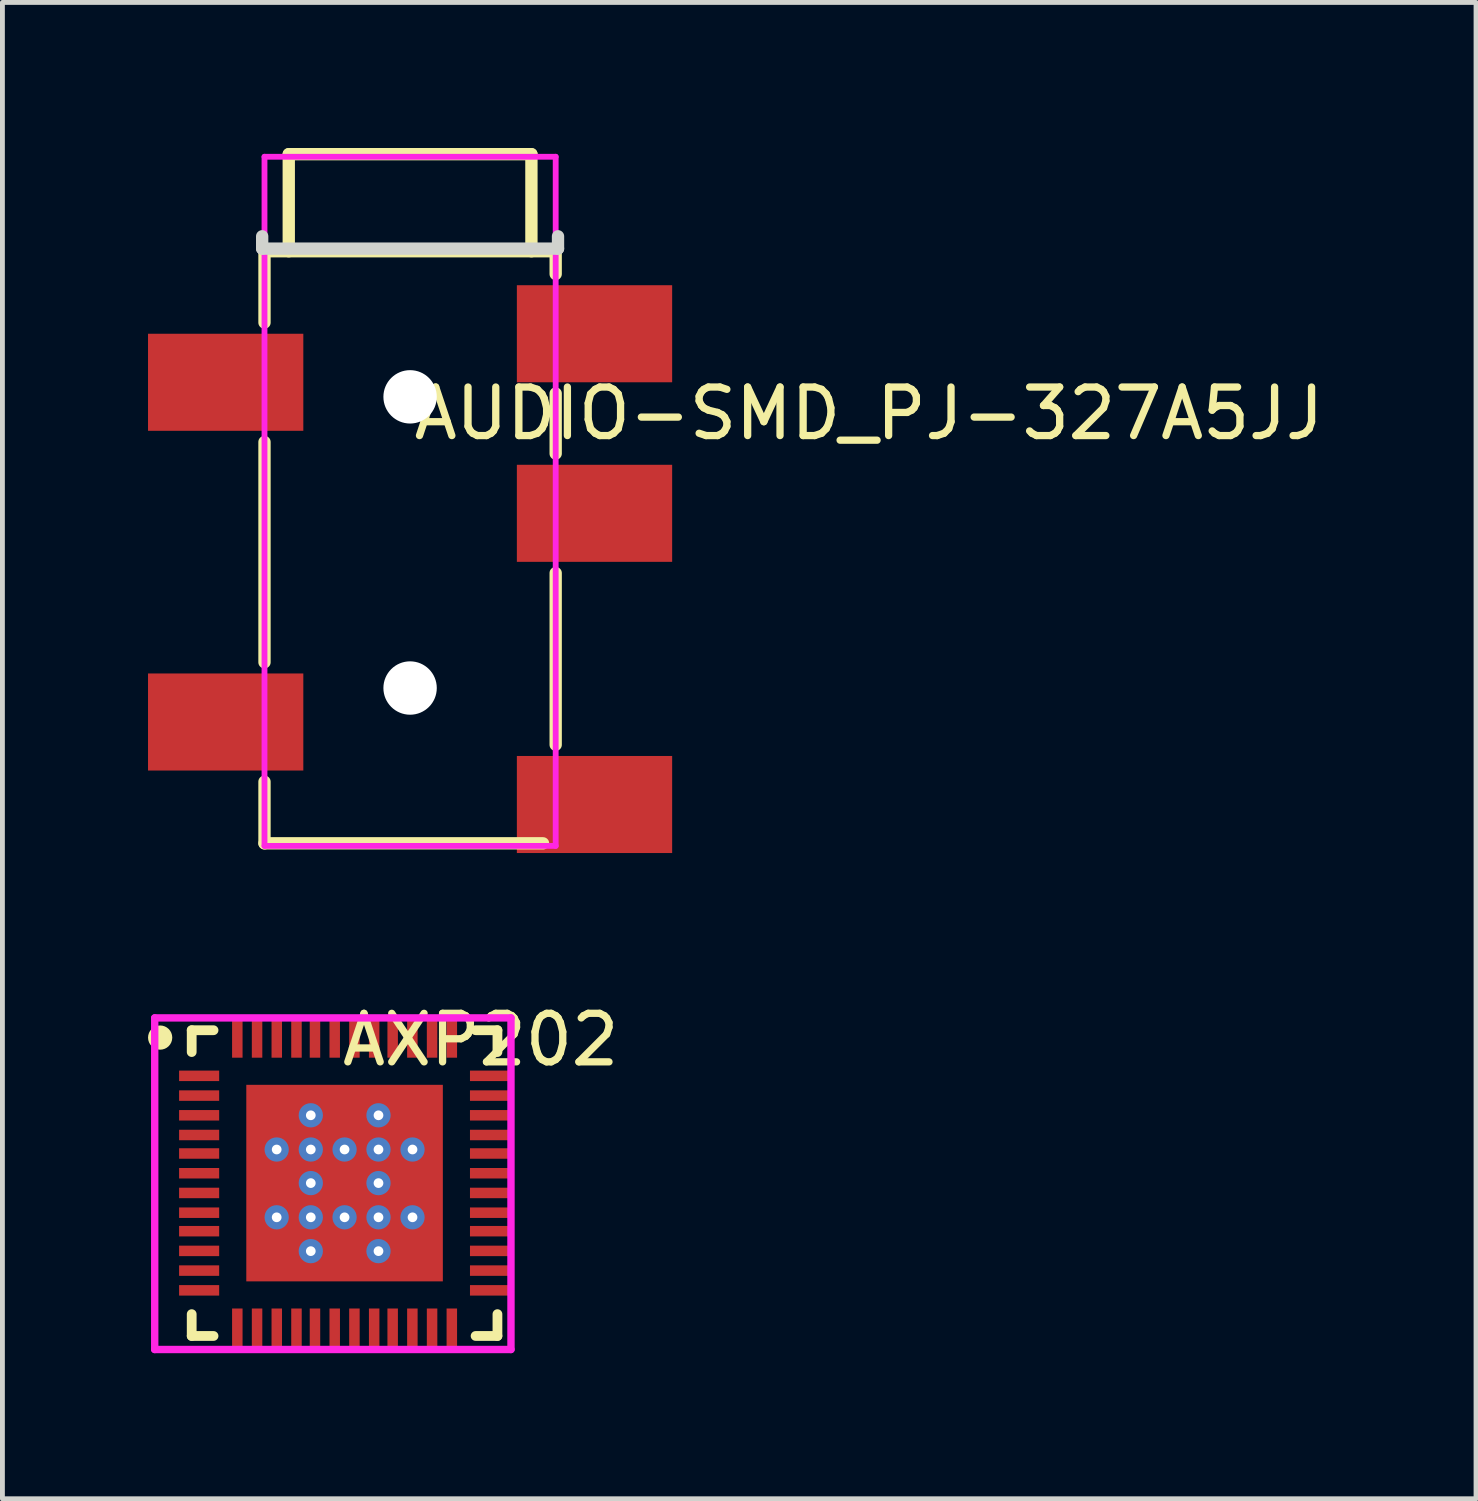
<source format=kicad_pcb>
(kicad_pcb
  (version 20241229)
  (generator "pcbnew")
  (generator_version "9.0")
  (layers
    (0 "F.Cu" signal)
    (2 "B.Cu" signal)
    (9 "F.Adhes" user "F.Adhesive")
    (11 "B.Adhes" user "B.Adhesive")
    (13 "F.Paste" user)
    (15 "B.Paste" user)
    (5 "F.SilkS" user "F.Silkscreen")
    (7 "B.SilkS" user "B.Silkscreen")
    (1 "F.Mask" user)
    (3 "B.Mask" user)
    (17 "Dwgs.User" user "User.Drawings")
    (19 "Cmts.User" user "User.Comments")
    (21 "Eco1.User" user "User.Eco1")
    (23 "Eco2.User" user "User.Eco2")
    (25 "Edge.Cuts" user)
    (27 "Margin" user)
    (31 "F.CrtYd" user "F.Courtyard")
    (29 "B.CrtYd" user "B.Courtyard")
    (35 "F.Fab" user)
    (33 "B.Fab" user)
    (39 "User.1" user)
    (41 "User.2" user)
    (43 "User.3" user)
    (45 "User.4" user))
  (footprint "AUDIO-SMD_PJ-327A5JJ"
    (layer "F.Cu")
    (at 5.4 8.677)
    (property "Reference" "AUDIO-SMD_PJ-327A5JJ" (at 0 -3.207 0) (layer "F.SilkS") (effects (font (size 1 1) (thickness 0.15)) (justify left)))
    (attr through_hole)
    (fp_line (start -3 -6.55) (end -3 -5.081) (stroke (width 0.254) (type solid)) (layer "F.SilkS"))
    (fp_line (start -3 -2.619) (end -3 1.919) (stroke (width 0.254) (type solid)) (layer "F.SilkS"))
    (fp_line (start -3 4.381) (end -3 5.65) (stroke (width 0.254) (type solid)) (layer "F.SilkS"))
    (fp_line (start -3 5.65) (end 2.739 5.65) (stroke (width 0.254) (type solid)) (layer "F.SilkS"))
    (fp_line (start -2.5 -6.55) (end -2.5 -8.55) (stroke (width 0.254) (type solid)) (layer "F.SilkS"))
    (fp_line (start 2.5 -8.55) (end -2.5 -8.55) (stroke (width 0.254) (type solid)) (layer "F.SilkS"))
    (fp_line (start 2.5 -6.55) (end 2.5 -8.55) (stroke (width 0.254) (type solid)) (layer "F.SilkS"))
    (fp_line (start 3 -6.55) (end -3 -6.55) (stroke (width 0.254) (type solid)) (layer "F.SilkS"))
    (fp_line (start 3 -6.55) (end 3 -6.081) (stroke (width 0.254) (type solid)) (layer "F.SilkS"))
    (fp_line (start 3 -3.619) (end 3 -2.381) (stroke (width 0.254) (type solid)) (layer "F.SilkS"))
    (fp_line (start 3 0.081) (end 3 3.619) (stroke (width 0.254) (type solid)) (layer "F.SilkS"))
    (fp_circle (center 0 -3.55) (end 0.225 -3.55) (stroke (width 0.45) (type solid)) (fill no) (layer "Eco2.User"))
    (fp_circle (center 0 2.45) (end 0.225 2.45) (stroke (width 0.45) (type solid)) (fill no) (layer "Eco2.User"))
    (fp_circle (center 4.5 -8.497) (end 4.53 -8.497) (stroke (width 0.06) (type solid)) (fill no) (layer "Eco2.User"))
    (fp_poly (pts (xy -4.5 -3.35) (xy -4.5 -4.35) (xy -2.2 -4.35) (xy -2.2 -3.35)) (stroke (width 0.12) (type solid)) (fill no) (layer "Eco2.User"))
    (fp_poly (pts (xy -4.5 3.65) (xy -4.5 2.65) (xy -2.2 2.65) (xy -2.2 3.65)) (stroke (width 0.12) (type solid)) (fill no) (layer "Eco2.User"))
    (fp_poly (pts (xy 2.2 -4.35) (xy 2.2 -5.35) (xy 4.5 -5.35) (xy 4.5 -4.35)) (stroke (width 0.12) (type solid)) (fill no) (layer "Eco2.User"))
    (fp_poly (pts (xy 2.2 -0.65) (xy 2.2 -1.65) (xy 4.5 -1.65) (xy 4.5 -0.65)) (stroke (width 0.12) (type solid)) (fill no) (layer "Eco2.User"))
    (fp_poly (pts (xy 2.2 5.35) (xy 2.2 4.35) (xy 4.5 4.35) (xy 4.5 5.35)) (stroke (width 0.12) (type solid)) (fill no) (layer "Eco2.User"))
    (fp_line (start -3.048 -6.858) (end -3.048 -6.604) (stroke (width 0.254) (type solid)) (layer "Edge.Cuts"))
    (fp_line (start -3.048 -6.604) (end 3.048 -6.604) (stroke (width 0.254) (type solid)) (layer "Edge.Cuts"))
    (fp_line (start 3.048 -6.604) (end 3.048 -6.858) (stroke (width 0.254) (type solid)) (layer "Edge.Cuts"))
    (fp_line (start -3 -8.497) (end 3 -8.497) (stroke (width 0.12) (type solid)) (layer "F.CrtYd"))
    (fp_line (start -3 5.703) (end -3 -8.497) (stroke (width 0.12) (type solid)) (layer "F.CrtYd"))
    (fp_line (start 3 -8.497) (end 3 5.703) (stroke (width 0.12) (type solid)) (layer "F.CrtYd"))
    (fp_line (start 3 5.703) (end -3 5.703) (stroke (width 0.12) (type solid)) (layer "F.CrtYd"))
    (pad "" np_thru_hole circle (at 0 -3.55) (size 1.1 1.1) (drill 1.1) (layers "*.Cu" "*.Mask"))
    (pad "" np_thru_hole circle (at 0 2.45) (size 1.1 1.1) (drill 1.1) (layers "*.Cu" "*.Mask"))
    (pad "1" smd rect (at 3.8 -4.85 270) (size 2 3.2) (layers "F.Cu" "F.Mask" "F.Paste"))
    (pad "2" smd rect (at -3.8 -3.85 270) (size 2 3.2) (layers "F.Cu" "F.Mask" "F.Paste"))
    (pad "3" smd rect (at 3.8 -1.15 270) (size 2 3.2) (layers "F.Cu" "F.Mask" "F.Paste"))
    (pad "4" smd rect (at -3.8 3.15 270) (size 2 3.2) (layers "F.Cu" "F.Mask" "F.Paste"))
    (pad "5" smd rect (at 3.8 4.85 270) (size 2 3.2) (layers "F.Cu" "F.Mask" "F.Paste")))
  (footprint "AXP202"
    (layer "F.Cu")
    (at 3.923 21.582)
    (property "Reference" "AXP202" (at 0 -3.207 0) (layer "F.SilkS") (effects (font (size 1 1) (thickness 0.15)) (justify left)))
    (attr through_hole)
    (fp_line (start -3.023 -3.404) (end -2.573 -3.404) (stroke (width 0.201) (type solid)) (layer "F.SilkS"))
    (fp_line (start -3.023 -2.954) (end -3.023 -3.404) (stroke (width 0.201) (type solid)) (layer "F.SilkS"))
    (fp_line (start -3.023 2.896) (end -3.023 2.446) (stroke (width 0.201) (type solid)) (layer "F.SilkS"))
    (fp_line (start -2.573 2.896) (end -3.023 2.896) (stroke (width 0.201) (type solid)) (layer "F.SilkS"))
    (fp_line (start 2.827 2.896) (end 3.277 2.896) (stroke (width 0.201) (type solid)) (layer "F.SilkS"))
    (fp_line (start 3.277 -3.404) (end 2.827 -3.404) (stroke (width 0.201) (type solid)) (layer "F.SilkS"))
    (fp_line (start 3.277 -2.954) (end 3.277 -3.404) (stroke (width 0.201) (type solid)) (layer "F.SilkS"))
    (fp_line (start 3.277 2.896) (end 3.277 2.446) (stroke (width 0.201) (type solid)) (layer "F.SilkS"))
    (fp_arc (start -3.548 -3.251) (mid -3.798004 -3.251724) (end -3.548006 -3.253551) (stroke (width 0.249) (type solid)) (layer "F.SilkS"))
    (fp_line (start -3.785 -3.658) (end 3.556 -3.658) (stroke (width 0.152) (type solid)) (layer "F.CrtYd"))
    (fp_line (start -3.785 3.175) (end -3.785 -3.658) (stroke (width 0.152) (type solid)) (layer "F.CrtYd"))
    (fp_line (start 3.556 -3.658) (end 3.556 3.175) (stroke (width 0.152) (type solid)) (layer "F.CrtYd"))
    (fp_line (start 3.556 3.175) (end -3.785 3.175) (stroke (width 0.152) (type solid)) (layer "F.CrtYd"))
    (pad "" thru_hole circle (at -1.272 -0.946) (size 0.5 0.5) (drill 0.2) (layers "*.Cu" "*.Mask"))
    (pad "" thru_hole circle (at -1.272 0.451) (size 0.5 0.5) (drill 0.2) (layers "*.Cu" "*.Mask"))
    (pad "" thru_hole circle (at -0.569 -1.651) (size 0.5 0.5) (drill 0.2) (layers "*.Cu" "*.Mask"))
    (pad "" thru_hole circle (at -0.569 -0.946) (size 0.5 0.5) (drill 0.2) (layers "*.Cu" "*.Mask"))
    (pad "" thru_hole circle (at -0.569 -0.254) (size 0.5 0.5) (drill 0.2) (layers "*.Cu" "*.Mask"))
    (pad "" thru_hole circle (at -0.569 0.451) (size 0.5 0.5) (drill 0.2) (layers "*.Cu" "*.Mask"))
    (pad "" thru_hole circle (at -0.569 1.148) (size 0.5 0.5) (drill 0.2) (layers "*.Cu" "*.Mask"))
    (pad "" thru_hole circle (at 0.127 -0.946) (size 0.5 0.5) (drill 0.2) (layers "*.Cu" "*.Mask"))
    (pad "" thru_hole circle (at 0.127 0.451) (size 0.5 0.5) (drill 0.2) (layers "*.Cu" "*.Mask"))
    (pad "" thru_hole circle (at 0.826 -1.651) (size 0.5 0.5) (drill 0.2) (layers "*.Cu" "*.Mask"))
    (pad "" thru_hole circle (at 0.826 -0.946) (size 0.5 0.5) (drill 0.2) (layers "*.Cu" "*.Mask"))
    (pad "" thru_hole circle (at 0.826 -0.254) (size 0.5 0.5) (drill 0.2) (layers "*.Cu" "*.Mask"))
    (pad "" thru_hole circle (at 0.826 0.451) (size 0.5 0.5) (drill 0.2) (layers "*.Cu" "*.Mask"))
    (pad "" thru_hole circle (at 0.826 1.148) (size 0.5 0.5) (drill 0.2) (layers "*.Cu" "*.Mask"))
    (pad "" thru_hole circle (at 1.527 -0.946) (size 0.5 0.5) (drill 0.2) (layers "*.Cu" "*.Mask"))
    (pad "" thru_hole circle (at 1.527 0.451) (size 0.5 0.5) (drill 0.2) (layers "*.Cu" "*.Mask"))
    (pad "1" smd rect (at -2.87 -2.464 90) (size 0.216 0.826) (layers "F.Cu" "F.Mask" "F.Paste"))
    (pad "2" smd rect (at -2.87 -2.057 90) (size 0.216 0.826) (layers "F.Cu" "F.Mask" "F.Paste"))
    (pad "3" smd rect (at -2.87 -1.651 90) (size 0.216 0.826) (layers "F.Cu" "F.Mask" "F.Paste"))
    (pad "4" smd rect (at -2.87 -1.245 90) (size 0.216 0.826) (layers "F.Cu" "F.Mask" "F.Paste"))
    (pad "5" smd rect (at -2.87 -0.864 90) (size 0.216 0.826) (layers "F.Cu" "F.Mask" "F.Paste"))
    (pad "6" smd rect (at -2.87 -0.457 90) (size 0.216 0.826) (layers "F.Cu" "F.Mask" "F.Paste"))
    (pad "7" smd rect (at -2.87 -0.051 90) (size 0.216 0.826) (layers "F.Cu" "F.Mask" "F.Paste"))
    (pad "8" smd rect (at -2.87 0.356 90) (size 0.216 0.826) (layers "F.Cu" "F.Mask" "F.Paste"))
    (pad "9" smd rect (at -2.87 0.737 90) (size 0.216 0.826) (layers "F.Cu" "F.Mask" "F.Paste"))
    (pad "10" smd rect (at -2.87 1.143 90) (size 0.216 0.826) (layers "F.Cu" "F.Mask" "F.Paste"))
    (pad "11" smd rect (at -2.87 1.549 90) (size 0.216 0.826) (layers "F.Cu" "F.Mask" "F.Paste"))
    (pad "12" smd rect (at -2.87 1.956 90) (size 0.216 0.826) (layers "F.Cu" "F.Mask" "F.Paste"))
    (pad "13" smd rect (at -2.083 2.743) (size 0.216 0.826) (layers "F.Cu" "F.Mask" "F.Paste"))
    (pad "14" smd rect (at -1.676 2.743) (size 0.216 0.826) (layers "F.Cu" "F.Mask" "F.Paste"))
    (pad "15" smd rect (at -1.27 2.743) (size 0.216 0.826) (layers "F.Cu" "F.Mask" "F.Paste"))
    (pad "16" smd rect (at -0.864 2.743) (size 0.216 0.826) (layers "F.Cu" "F.Mask" "F.Paste"))
    (pad "17" smd rect (at -0.483 2.743) (size 0.216 0.826) (layers "F.Cu" "F.Mask" "F.Paste"))
    (pad "18" smd rect (at -0.076 2.743) (size 0.216 0.826) (layers "F.Cu" "F.Mask" "F.Paste"))
    (pad "19" smd rect (at 0.33 2.743) (size 0.216 0.826) (layers "F.Cu" "F.Mask" "F.Paste"))
    (pad "20" smd rect (at 0.737 2.743) (size 0.216 0.826) (layers "F.Cu" "F.Mask" "F.Paste"))
    (pad "21" smd rect (at 1.118 2.743) (size 0.216 0.826) (layers "F.Cu" "F.Mask" "F.Paste"))
    (pad "22" smd rect (at 1.524 2.743) (size 0.216 0.826) (layers "F.Cu" "F.Mask" "F.Paste"))
    (pad "23" smd rect (at 1.93 2.743) (size 0.216 0.826) (layers "F.Cu" "F.Mask" "F.Paste"))
    (pad "24" smd rect (at 2.337 2.743) (size 0.216 0.826) (layers "F.Cu" "F.Mask" "F.Paste"))
    (pad "25" smd rect (at 3.124 1.956 90) (size 0.216 0.826) (layers "F.Cu" "F.Mask" "F.Paste"))
    (pad "26" smd rect (at 3.124 1.549 90) (size 0.216 0.826) (layers "F.Cu" "F.Mask" "F.Paste"))
    (pad "27" smd rect (at 3.124 1.143 90) (size 0.216 0.826) (layers "F.Cu" "F.Mask" "F.Paste"))
    (pad "28" smd rect (at 3.124 0.737 90) (size 0.216 0.826) (layers "F.Cu" "F.Mask" "F.Paste"))
    (pad "29" smd rect (at 3.124 0.356 90) (size 0.216 0.826) (layers "F.Cu" "F.Mask" "F.Paste"))
    (pad "30" smd rect (at 3.124 -0.051 90) (size 0.216 0.826) (layers "F.Cu" "F.Mask" "F.Paste"))
    (pad "31" smd rect (at 3.124 -0.457 90) (size 0.216 0.826) (layers "F.Cu" "F.Mask" "F.Paste"))
    (pad "32" smd rect (at 3.124 -0.864 90) (size 0.216 0.826) (layers "F.Cu" "F.Mask" "F.Paste"))
    (pad "33" smd rect (at 3.124 -1.245 90) (size 0.216 0.826) (layers "F.Cu" "F.Mask" "F.Paste"))
    (pad "34" smd rect (at 3.124 -1.651 90) (size 0.216 0.826) (layers "F.Cu" "F.Mask" "F.Paste"))
    (pad "35" smd rect (at 3.124 -2.057 90) (size 0.216 0.826) (layers "F.Cu" "F.Mask" "F.Paste"))
    (pad "36" smd rect (at 3.124 -2.464 90) (size 0.216 0.826) (layers "F.Cu" "F.Mask" "F.Paste"))
    (pad "37" smd rect (at 2.337 -3.251) (size 0.216 0.826) (layers "F.Cu" "F.Mask" "F.Paste"))
    (pad "38" smd rect (at 1.93 -3.251) (size 0.216 0.826) (layers "F.Cu" "F.Mask" "F.Paste"))
    (pad "39" smd rect (at 1.524 -3.251) (size 0.216 0.826) (layers "F.Cu" "F.Mask" "F.Paste"))
    (pad "40" smd rect (at 1.118 -3.251) (size 0.216 0.826) (layers "F.Cu" "F.Mask" "F.Paste"))
    (pad "41" smd rect (at 0.737 -3.251) (size 0.216 0.826) (layers "F.Cu" "F.Mask" "F.Paste"))
    (pad "42" smd rect (at 0.33 -3.251) (size 0.216 0.826) (layers "F.Cu" "F.Mask" "F.Paste"))
    (pad "43" smd rect (at -0.076 -3.251) (size 0.216 0.826) (layers "F.Cu" "F.Mask" "F.Paste"))
    (pad "44" smd rect (at -0.483 -3.251) (size 0.216 0.826) (layers "F.Cu" "F.Mask" "F.Paste"))
    (pad "45" smd rect (at -0.864 -3.251) (size 0.216 0.826) (layers "F.Cu" "F.Mask" "F.Paste"))
    (pad "46" smd rect (at -1.27 -3.251) (size 0.216 0.826) (layers "F.Cu" "F.Mask" "F.Paste"))
    (pad "47" smd rect (at -1.676 -3.251) (size 0.216 0.826) (layers "F.Cu" "F.Mask" "F.Paste"))
    (pad "48" smd rect (at -2.083 -3.251) (size 0.216 0.826) (layers "F.Cu" "F.Mask" "F.Paste"))
    (pad "49" smd rect (at 0.127 -0.254) (size 4.05 4.05) (layers "F.Cu" "F.Mask" "F.Paste")))
  (gr_rect
    (start -3 -3)
    (end 27.364 27.833)
    (stroke (width 0.1) (type default))
    (fill no)
    (layer "Edge.Cuts")))
</source>
